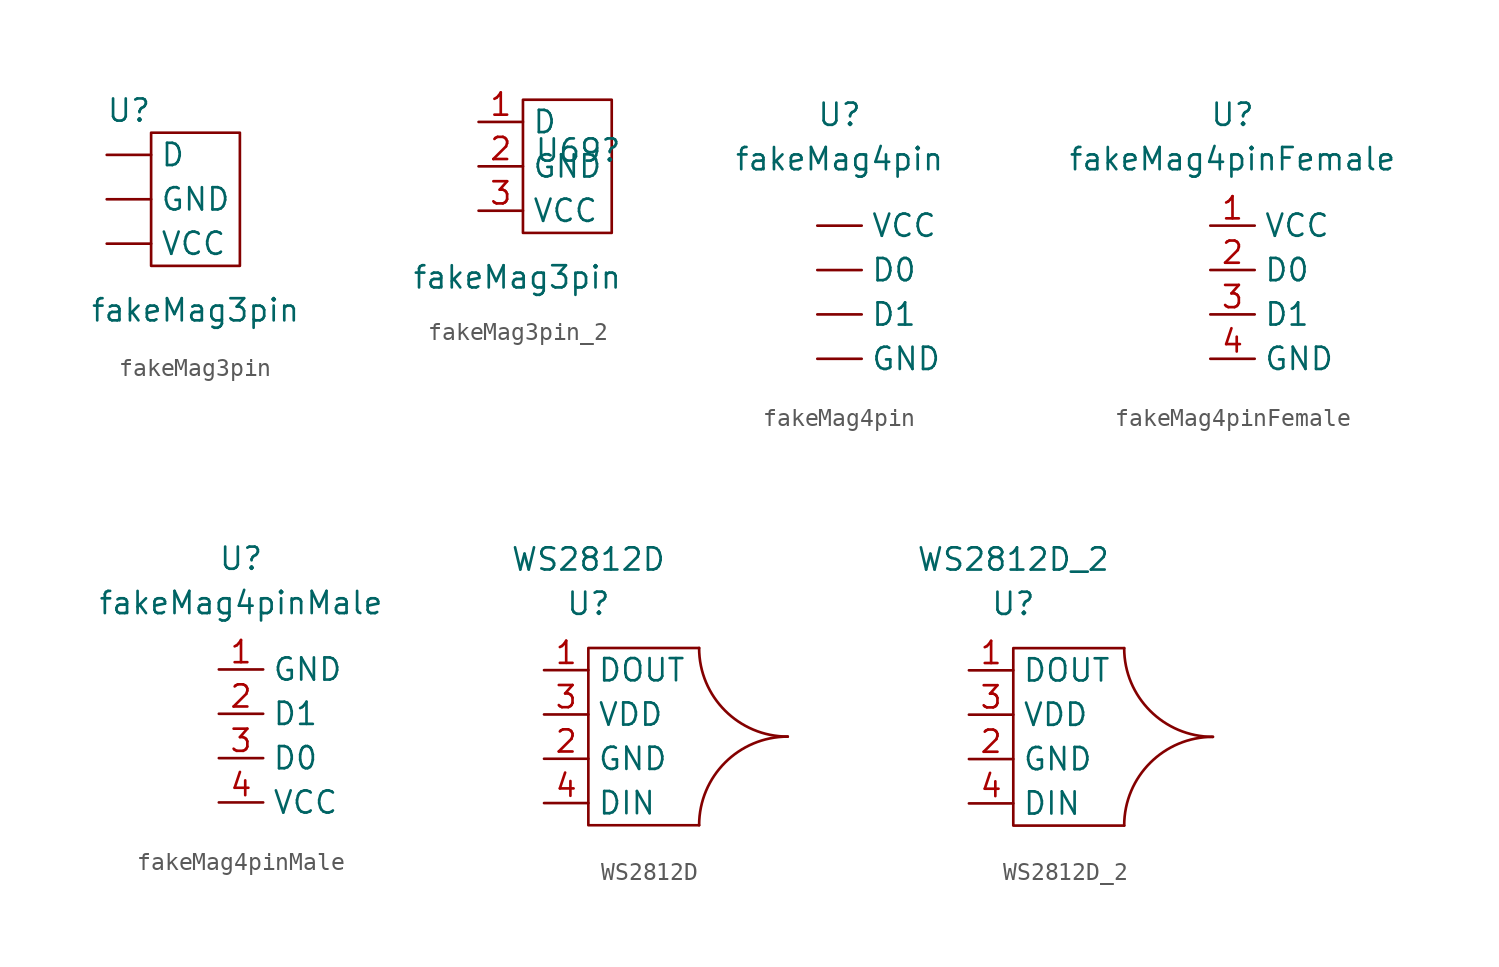
<source format=kicad_sym>
(kicad_symbol_lib
  (version 20211014)
  (generator kicad_symbol_editor)
  (symbol "fakeMag3pin"
    (property "Reference" "U"
      (at -1.27 5.08 0)
      (effects (font (size 1.27 1.27))))
    (property "Value" "fakeMag3pin"
      (at 2.54 -6.35 0)
      (effects (font (size 1.27 1.27))))
    (symbol "fakeMag3pin_0_1"
      (rectangle (start 0 3.81) (end 5.08 -3.81) (stroke (width 0.152) (type default) (color 0 0 0 0)) (fill (type none))))
    (symbol "fakeMag3pin_1_1"
      (pin bidirectional line (at -2.54 2.54 0) (length 2.54) (name "D" (effects (font (size 1.27 1.27)))) (number "" (effects (font (size 1.27 1.27)))))
      (pin bidirectional line (at -2.54 0 0) (length 2.54) (name "GND" (effects (font (size 1.27 1.27)))) (number "" (effects (font (size 1.27 1.27)))))
      (pin bidirectional line (at -2.54 -2.54 0) (length 2.54) (name "VCC" (effects (font (size 1.27 1.27)))) (number "" (effects (font (size 1.27 1.27)))))))
  (symbol "fakeMag3pin_2"
    (property "Reference" "U69"
      (at 0.635 0.908 0)
      (effects (font (size 1.27 1.27)) (justify left)))
    (property "Value" "fakeMag3pin"
      (at -6.35 -6.35 0)
      (effects (font (size 1.27 1.27)) (justify left)))
    (symbol "fakeMag3pin_2_0_1"
      (rectangle (start 0 3.81) (end 5.08 -3.81) (stroke (width 0.152) (type default) (color 0 0 0 0)) (fill (type none))))
    (symbol "fakeMag3pin_2_1_1"
      (pin bidirectional line (at -2.54 2.54 0) (length 2.54) (name "D" (effects (font (size 1.27 1.27)))) (number "1" (effects (font (size 1.27 1.27)))))
      (pin bidirectional line (at -2.54 0 0) (length 2.54) (name "GND" (effects (font (size 1.27 1.27)))) (number "2" (effects (font (size 1.27 1.27)))))
      (pin bidirectional line (at -2.54 -2.54 0) (length 2.54) (name "VCC" (effects (font (size 1.27 1.27)))) (number "3" (effects (font (size 1.27 1.27)))))))
  (symbol "fakeMag4pin"
    (property "Reference" "U"
      (at -1.27 10.16 0)
      (effects (font (size 1.27 1.27))))
    (property "Value" "fakeMag4pin"
      (at -1.27 7.62 0)
      (effects (font (size 1.27 1.27))))
    (symbol "fakeMag4pin_1_1"
      (pin input line (at -2.54 1.27 0) (length 2.54) (name "D0" (effects (font (size 1.27 1.27)))) (number "" (effects (font (size 1.27 1.27)))))
      (pin input line (at -2.54 -1.27 0) (length 2.54) (name "D1" (effects (font (size 1.27 1.27)))) (number "" (effects (font (size 1.27 1.27)))))
      (pin input line (at -2.54 -3.81 0) (length 2.54) (name "GND" (effects (font (size 1.27 1.27)))) (number "" (effects (font (size 1.27 1.27)))))
      (pin input line (at -2.54 3.81 0) (length 2.54) (name "VCC" (effects (font (size 1.27 1.27)))) (number "" (effects (font (size 1.27 1.27)))))))
  (symbol "fakeMag4pinFemale"
    (property "Reference" "U"
      (at -1.27 10.16 0)
      (effects (font (size 1.27 1.27))))
    (property "Value" "fakeMag4pinFemale"
      (at -1.27 7.62 0)
      (effects (font (size 1.27 1.27))))
    (symbol "fakeMag4pinFemale_1_1"
      (pin input line (at -2.54 3.81 0) (length 2.54) (name "VCC" (effects (font (size 1.27 1.27)))) (number "1" (effects (font (size 1.27 1.27)))))
      (pin input line (at -2.54 1.27 0) (length 2.54) (name "D0" (effects (font (size 1.27 1.27)))) (number "2" (effects (font (size 1.27 1.27)))))
      (pin input line (at -2.54 -1.27 0) (length 2.54) (name "D1" (effects (font (size 1.27 1.27)))) (number "3" (effects (font (size 1.27 1.27)))))
      (pin input line (at -2.54 -3.81 0) (length 2.54) (name "GND" (effects (font (size 1.27 1.27)))) (number "4" (effects (font (size 1.27 1.27)))))))
  (symbol "fakeMag4pinMale"
    (property "Reference" "U"
      (at -1.27 10.16 0)
      (effects (font (size 1.27 1.27))))
    (property "Value" "fakeMag4pinMale"
      (at -1.27 7.62 0)
      (effects (font (size 1.27 1.27))))
    (symbol "fakeMag4pinMale_1_1"
      (pin input line (at -2.54 3.81 0) (length 2.54) (name "GND" (effects (font (size 1.27 1.27)))) (number "1" (effects (font (size 1.27 1.27)))))
      (pin input line (at -2.54 1.27 0) (length 2.54) (name "D1" (effects (font (size 1.27 1.27)))) (number "2" (effects (font (size 1.27 1.27)))))
      (pin input line (at -2.54 -1.27 0) (length 2.54) (name "D0" (effects (font (size 1.27 1.27)))) (number "3" (effects (font (size 1.27 1.27)))))
      (pin input line (at -2.54 -3.81 0) (length 2.54) (name "VCC" (effects (font (size 1.27 1.27)))) (number "4" (effects (font (size 1.27 1.27)))))))
  (symbol "WS2812D"
    (property "Reference" "U"
      (at 0 7.62 0)
      (effects (font (size 1.27 1.27))))
    (property "Value" "WS2812D"
      (at 0 10.16 0)
      (effects (font (size 1.27 1.27))))
    (symbol "WS2812D_0_1"
      (polyline (pts (xy 6.35 5.08) (xy 0 5.08) (xy 0 -5.08) (xy 6.35 -5.08)) (stroke (width 0.152) (type default) (color 0 0 0 0)) (fill (type none)))
      (arc (start 6.35 5.08) (mid 2.7579 -3.5921) (end 11.43 0) (stroke (width 0.1524) (type default) (color 0 0 0 0)) (fill (type none)))
      (arc (start 11.43 0) (mid 2.7564 3.5936) (end 6.35 -5.08) (stroke (width 0.1524) (type default) (color 0 0 0 0)) (fill (type none))))
    (symbol "WS2812D_1_1"
      (pin output line (at -2.54 3.81 0) (length 2.54) (name "DOUT" (effects (font (size 1.27 1.27)))) (number "1" (effects (font (size 1.27 1.27)))))
      (pin power_in line (at -2.54 -1.27 0) (length 2.54) (name "GND" (effects (font (size 1.27 1.27)))) (number "2" (effects (font (size 1.27 1.27)))))
      (pin power_in line (at -2.54 1.27 0) (length 2.54) (name "VDD" (effects (font (size 1.27 1.27)))) (number "3" (effects (font (size 1.27 1.27)))))
      (pin input line (at -2.54 -3.81 0) (length 2.54) (name "DIN" (effects (font (size 1.27 1.27)))) (number "4" (effects (font (size 1.27 1.27)))))))
  (symbol "WS2812D_2"
    (property "Reference" "U"
      (at 0 7.62 0)
      (effects (font (size 1.27 1.27))))
    (property "Value" "WS2812D_2"
      (at 0 10.16 0)
      (effects (font (size 1.27 1.27))))
    (symbol "WS2812D_2_0_1"
      (polyline (pts (xy 6.35 5.08) (xy 0 5.08) (xy 0 -5.08) (xy 6.35 -5.08)) (stroke (width 0.152) (type default) (color 0 0 0 0)) (fill (type none)))
      (arc (start 6.35 5.08) (mid 2.7579 -3.5921) (end 11.43 0) (stroke (width 0.1524) (type default) (color 0 0 0 0)) (fill (type none)))
      (arc (start 11.43 0) (mid 2.7564 3.5936) (end 6.35 -5.08) (stroke (width 0.1524) (type default) (color 0 0 0 0)) (fill (type none))))
    (symbol "WS2812D_2_1_1"
      (pin output line (at -2.54 3.81 0) (length 2.54) (name "DOUT" (effects (font (size 1.27 1.27)))) (number "1" (effects (font (size 1.27 1.27)))))
      (pin power_in line (at -2.54 -1.27 0) (length 2.54) (name "GND" (effects (font (size 1.27 1.27)))) (number "2" (effects (font (size 1.27 1.27)))))
      (pin power_in line (at -2.54 1.27 0) (length 2.54) (name "VDD" (effects (font (size 1.27 1.27)))) (number "3" (effects (font (size 1.27 1.27)))))
      (pin input line (at -2.54 -3.81 0) (length 2.54) (name "DIN" (effects (font (size 1.27 1.27)))) (number "4" (effects (font (size 1.27 1.27))))))))
</source>
